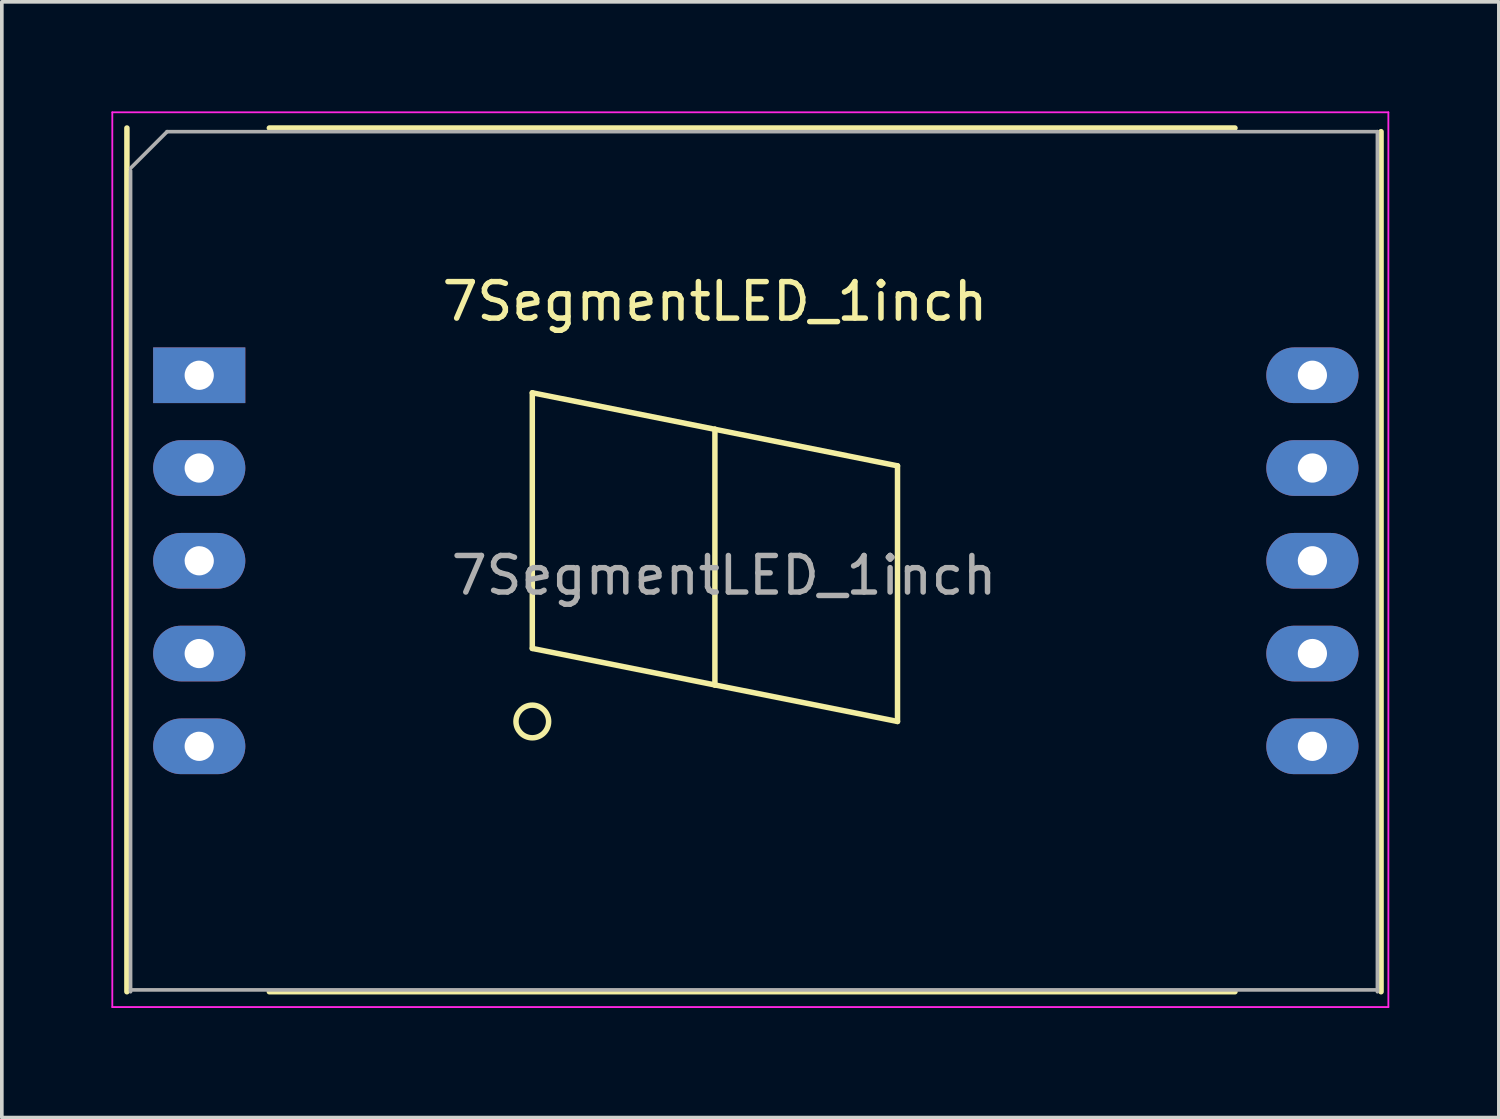
<source format=kicad_pcb>
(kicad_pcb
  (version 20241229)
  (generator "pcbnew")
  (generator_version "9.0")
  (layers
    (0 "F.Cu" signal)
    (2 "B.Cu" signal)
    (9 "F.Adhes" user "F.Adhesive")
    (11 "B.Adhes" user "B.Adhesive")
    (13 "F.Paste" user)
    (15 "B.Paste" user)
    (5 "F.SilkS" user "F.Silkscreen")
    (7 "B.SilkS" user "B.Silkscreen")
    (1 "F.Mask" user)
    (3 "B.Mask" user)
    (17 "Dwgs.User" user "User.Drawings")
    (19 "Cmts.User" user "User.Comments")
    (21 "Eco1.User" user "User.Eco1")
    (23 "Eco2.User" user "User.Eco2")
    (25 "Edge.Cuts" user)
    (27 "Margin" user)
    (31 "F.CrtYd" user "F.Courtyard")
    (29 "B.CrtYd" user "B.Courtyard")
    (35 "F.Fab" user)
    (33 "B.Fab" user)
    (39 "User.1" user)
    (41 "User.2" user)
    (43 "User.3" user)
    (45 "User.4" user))
  (footprint "7SegmentLED_1inch"
    (layer "F.Cu")
    (at 2.405 7.225)
    (property "Reference" "7SegmentLED_1inch" (at 14.12 -2.02 0) (layer "F.SilkS") (effects (font (size 1 1) (thickness 0.15))))
    (attr through_hole)
    (fp_line (start -1.98 16.88) (end -1.98 -6.77) (stroke (width 0.15) (type solid)) (layer "F.SilkS"))
    (fp_line (start 9.12 0.48) (end 9.12 7.48) (stroke (width 0.15) (type solid)) (layer "F.SilkS"))
    (fp_line (start 9.12 7.48) (end 14.12 8.48) (stroke (width 0.15) (type solid)) (layer "F.SilkS"))
    (fp_line (start 14.12 1.48) (end 9.12 0.48) (stroke (width 0.15) (type solid)) (layer "F.SilkS"))
    (fp_line (start 14.12 8.48) (end 14.12 1.48) (stroke (width 0.15) (type solid)) (layer "F.SilkS"))
    (fp_line (start 19.12 2.48) (end 14.12 1.48) (stroke (width 0.15) (type solid)) (layer "F.SilkS"))
    (fp_line (start 19.12 2.48) (end 19.12 9.48) (stroke (width 0.15) (type solid)) (layer "F.SilkS"))
    (fp_line (start 19.12 9.48) (end 14.12 8.48) (stroke (width 0.15) (type solid)) (layer "F.SilkS"))
    (fp_line (start 28.36 -6.77) (end 1.92 -6.77) (stroke (width 0.15) (type solid)) (layer "F.SilkS"))
    (fp_line (start 28.36 16.88) (end 1.92 16.88) (stroke (width 0.15) (type solid)) (layer "F.SilkS"))
    (fp_line (start 32.36 -6.67) (end 32.36 16.88) (stroke (width 0.15) (type solid)) (layer "F.SilkS"))
    (fp_circle (center 9.12 9.48) (end 8.92 9.88) (stroke (width 0.15) (type solid)) (fill no) (layer "F.SilkS"))
    (fp_line (start -2.38 -7.2) (end 32.56 -7.2) (stroke (width 0.05) (type solid)) (layer "F.CrtYd"))
    (fp_line (start -2.38 17.3) (end -2.38 -7.2) (stroke (width 0.05) (type solid)) (layer "F.CrtYd"))
    (fp_line (start 32.56 -7.2) (end 32.56 17.3) (stroke (width 0.05) (type solid)) (layer "F.CrtYd"))
    (fp_line (start 32.56 17.3) (end -2.38 17.3) (stroke (width 0.05) (type solid)) (layer "F.CrtYd"))
    (fp_line (start -1.88 -5.6) (end -1.88 16.88) (stroke (width 0.1) (type solid)) (layer "F.Fab"))
    (fp_line (start -1.88 16.83) (end 32.26 16.83) (stroke (width 0.1) (type solid)) (layer "F.Fab"))
    (fp_line (start -0.88 -6.67) (end -1.88 -5.67) (stroke (width 0.1) (type solid)) (layer "F.Fab"))
    (fp_line (start 32.26 -6.67) (end -0.88 -6.67) (stroke (width 0.1) (type solid)) (layer "F.Fab"))
    (fp_line (start 32.26 16.88) (end 32.26 -6.67) (stroke (width 0.1) (type solid)) (layer "F.Fab"))
    (fp_text user "${REFERENCE}" (at 14.37 5.48 0) (layer "F.Fab") (effects (font (size 1 1) (thickness 0.15))))
    (pad "1" thru_hole rect (at 0 0 270) (size 1.524 2.524) (drill 0.8) (layers "*.Cu" "*.Mask"))
    (pad "2" thru_hole oval (at 0 2.54 270) (size 1.524 2.524) (drill 0.8) (layers "*.Cu" "*.Mask"))
    (pad "3" thru_hole oval (at 0 5.08 270) (size 1.524 2.524) (drill 0.8) (layers "*.Cu" "*.Mask"))
    (pad "4" thru_hole oval (at 0 7.62 270) (size 1.524 2.524) (drill 0.8) (layers "*.Cu" "*.Mask"))
    (pad "5" thru_hole oval (at 0 10.16 270) (size 1.524 2.524) (drill 0.8) (layers "*.Cu" "*.Mask"))
    (pad "6" thru_hole oval (at 30.48 10.16 270) (size 1.524 2.524) (drill 0.8) (layers "*.Cu" "*.Mask"))
    (pad "7" thru_hole oval (at 30.48 7.62 270) (size 1.524 2.524) (drill 0.8) (layers "*.Cu" "*.Mask"))
    (pad "8" thru_hole oval (at 30.48 5.08 270) (size 1.524 2.524) (drill 0.8) (layers "*.Cu" "*.Mask"))
    (pad "9" thru_hole oval (at 30.48 2.54 270) (size 1.524 2.524) (drill 0.8) (layers "*.Cu" "*.Mask"))
    (pad "10" thru_hole oval (at 30.48 0 270) (size 1.524 2.524) (drill 0.8) (layers "*.Cu" "*.Mask")))
  (gr_rect
    (start -3 -3)
    (end 37.99 27.55)
    (stroke (width 0.1) (type default))
    (fill no)
    (layer "Edge.Cuts")))
</source>
